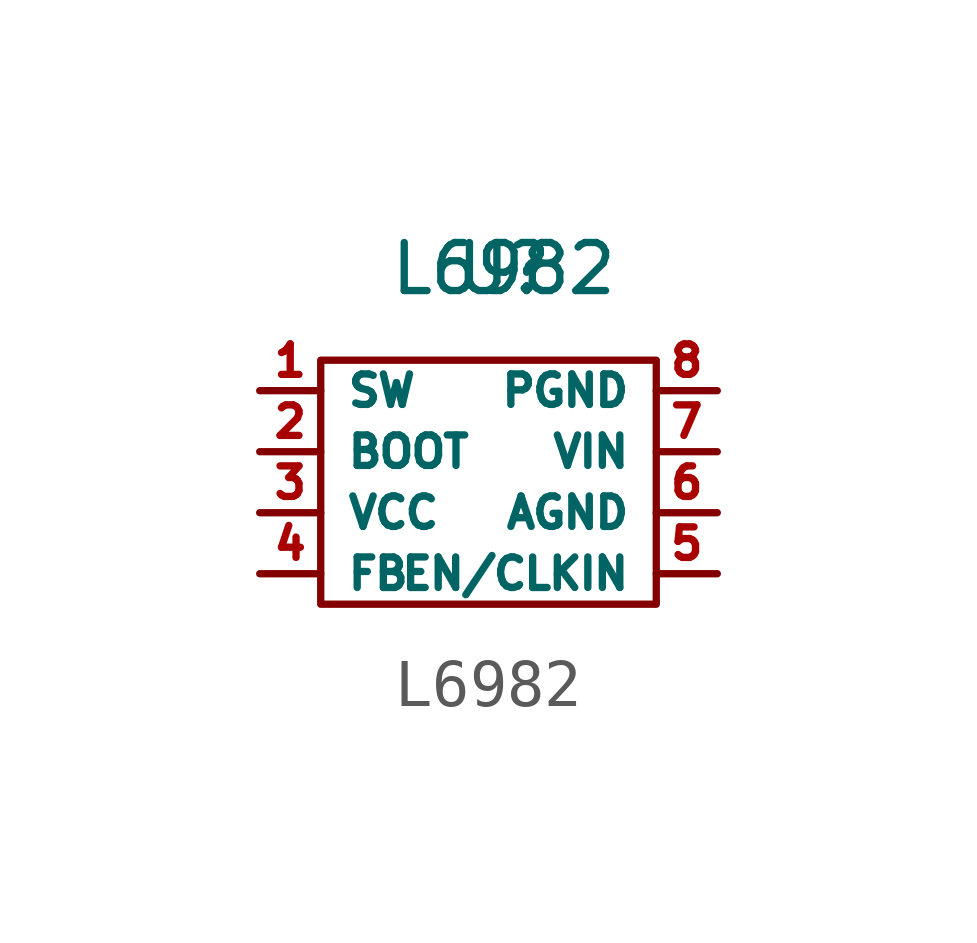
<source format=kicad_sym>
(kicad_symbol_lib
  (version 20211014)
  (generator kicad_symbol_editor)
  (symbol "L6982"
    (property "Reference" "U"
      (at 0 4.445 0)
      (effects (font (size 1 1))))
    (property "Value" "L6982"
      (at 0 4.445 0)
      (effects (font (size 1 1))))
    (symbol "L6982_0_1"
      (rectangle (start -3.81 2.54) (end 3.175 -2.54) (stroke (width 0.152) (type default) (color 0 0 0 0)) (fill (type none))))
    (symbol "L6982_1_1"
      (pin output line (at -5.08 1.905 0) (length 1.27) (name "SW" (effects (font (size 0.635 0.635)))) (number "1" (effects (font (size 0.635 0.635)))))
      (pin input line (at -5.08 0.635 0) (length 1.27) (name "BOOT" (effects (font (size 0.635 0.635)))) (number "2" (effects (font (size 0.635 0.635)))))
      (pin power_out line (at -5.08 -0.635 0) (length 1.27) (name "VCC" (effects (font (size 0.635 0.635)))) (number "3" (effects (font (size 0.635 0.635)))))
      (pin input line (at -5.08 -1.905 0) (length 1.27) (name "FB" (effects (font (size 0.635 0.635)))) (number "4" (effects (font (size 0.635 0.635)))))
      (pin input line (at 4.445 -1.905 180) (length 1.27) (name "EN/CLKIN" (effects (font (size 0.635 0.635)))) (number "5" (effects (font (size 0.635 0.635)))))
      (pin power_in line (at 4.445 -0.635 180) (length 1.27) (name "AGND" (effects (font (size 0.635 0.635)))) (number "6" (effects (font (size 0.635 0.635)))))
      (pin power_in line (at 4.445 0.635 180) (length 1.27) (name "VIN" (effects (font (size 0.635 0.635)))) (number "7" (effects (font (size 0.635 0.635)))))
      (pin power_in line (at 4.445 1.905 180) (length 1.27) (name "PGND" (effects (font (size 0.635 0.635)))) (number "8" (effects (font (size 0.635 0.635))))))))
</source>
